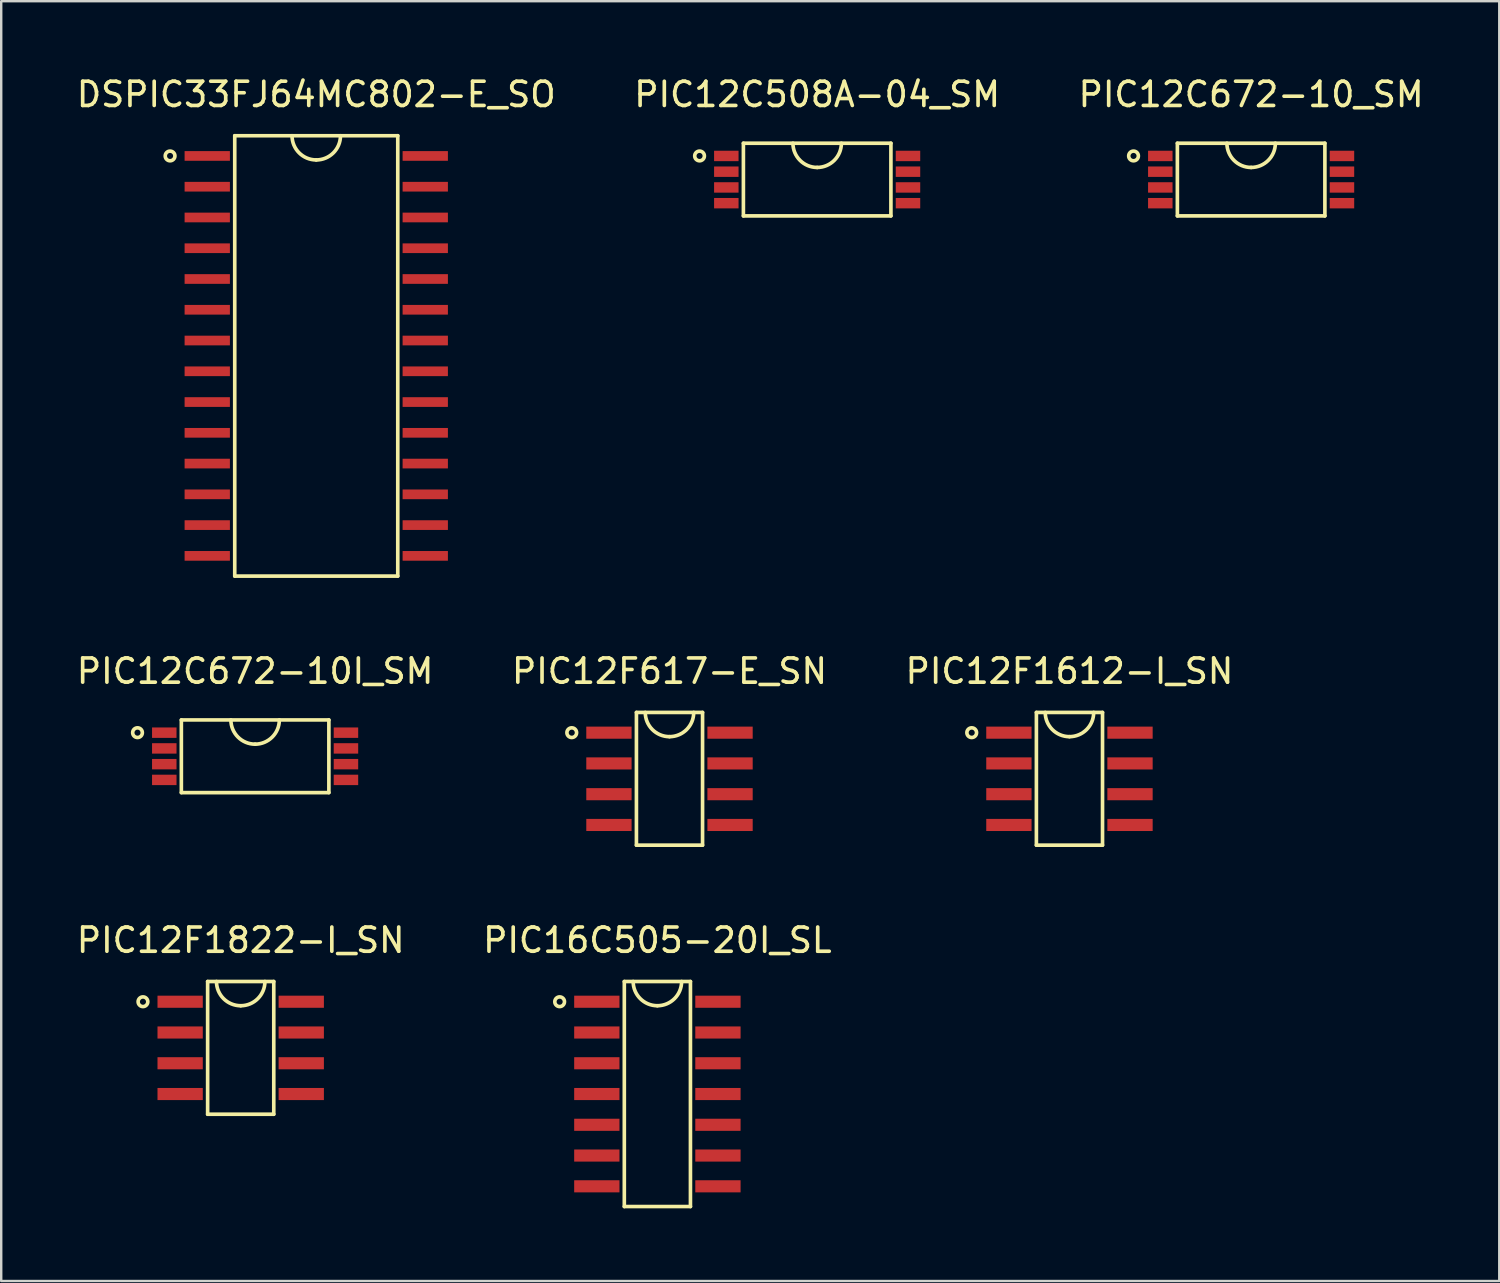
<source format=kicad_pcb>
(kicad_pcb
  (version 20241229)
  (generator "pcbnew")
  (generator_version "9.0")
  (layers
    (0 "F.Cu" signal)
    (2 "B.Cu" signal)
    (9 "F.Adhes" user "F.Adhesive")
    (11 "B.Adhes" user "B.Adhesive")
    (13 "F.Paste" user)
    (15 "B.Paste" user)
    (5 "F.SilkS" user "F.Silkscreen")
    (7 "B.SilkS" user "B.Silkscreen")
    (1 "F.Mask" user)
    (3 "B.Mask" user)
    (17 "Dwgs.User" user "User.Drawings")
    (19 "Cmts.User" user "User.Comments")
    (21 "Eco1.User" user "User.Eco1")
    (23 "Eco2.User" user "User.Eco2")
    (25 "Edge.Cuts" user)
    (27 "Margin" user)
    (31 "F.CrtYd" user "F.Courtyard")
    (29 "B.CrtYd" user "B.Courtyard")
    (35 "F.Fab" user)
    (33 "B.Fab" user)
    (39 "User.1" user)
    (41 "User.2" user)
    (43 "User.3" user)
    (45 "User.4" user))
  (footprint "PIC12F617-E_SN"
    (layer "F.Cu")
    (at 22.089 27.197)
    (property "Reference" "PIC12F617-E_SN" (at 2.5 -2.54 0) (layer "F.SilkS") (effects (font (size 1 1) (thickness 0.15))))
    (attr through_hole)
    (fp_line (start 1.135 -0.835) (end 3.865 -0.835) (stroke (width 0.15) (type solid)) (layer "F.SilkS"))
    (fp_line (start 1.135 4.645) (end 1.135 -0.835) (stroke (width 0.15) (type solid)) (layer "F.SilkS"))
    (fp_line (start 3.865 -0.835) (end 3.865 4.645) (stroke (width 0.15) (type solid)) (layer "F.SilkS"))
    (fp_line (start 3.865 4.645) (end 1.135 4.645) (stroke (width 0.15) (type solid)) (layer "F.SilkS"))
    (fp_arc (start 2.5 0.165) (mid 1.792893 -0.127893) (end 1.5 -0.835) (stroke (width 0.15) (type solid)) (layer "F.SilkS"))
    (fp_arc (start 3.5 -0.835) (mid 3.207107 -0.127893) (end 2.5 0.165) (stroke (width 0.15) (type solid)) (layer "F.SilkS"))
    (fp_circle (center -1.535 0) (end -1.535 0.2) (stroke (width 0.15) (type solid)) (fill no) (layer "F.SilkS"))
    (pad "1" smd rect (at 0 0) (size 1.87 0.5) (layers "F.Cu" "F.Mask" "F.Paste"))
    (pad "2" smd rect (at 0 1.27) (size 1.87 0.5) (layers "F.Cu" "F.Mask" "F.Paste"))
    (pad "3" smd rect (at 0 2.54) (size 1.87 0.5) (layers "F.Cu" "F.Mask" "F.Paste"))
    (pad "4" smd rect (at 0 3.81) (size 1.87 0.5) (layers "F.Cu" "F.Mask" "F.Paste"))
    (pad "5" smd rect (at 5 3.81) (size 1.87 0.5) (layers "F.Cu" "F.Mask" "F.Paste"))
    (pad "6" smd rect (at 5 2.54) (size 1.87 0.5) (layers "F.Cu" "F.Mask" "F.Paste"))
    (pad "7" smd rect (at 5 1.27) (size 1.87 0.5) (layers "F.Cu" "F.Mask" "F.Paste"))
    (pad "8" smd rect (at 5 0) (size 1.87 0.5) (layers "F.Cu" "F.Mask" "F.Paste")))
  (footprint "PIC16C505-20I_SL"
    (layer "F.Cu")
    (at 21.589 38.305)
    (property "Reference" "PIC16C505-20I_SL" (at 2.5 -2.54 0) (layer "F.SilkS") (effects (font (size 1 1) (thickness 0.15))))
    (attr through_hole)
    (fp_line (start 1.135 -0.835) (end 3.865 -0.835) (stroke (width 0.15) (type solid)) (layer "F.SilkS"))
    (fp_line (start 1.135 8.455) (end 1.135 -0.835) (stroke (width 0.15) (type solid)) (layer "F.SilkS"))
    (fp_line (start 3.865 -0.835) (end 3.865 8.455) (stroke (width 0.15) (type solid)) (layer "F.SilkS"))
    (fp_line (start 3.865 8.455) (end 1.135 8.455) (stroke (width 0.15) (type solid)) (layer "F.SilkS"))
    (fp_arc (start 2.5 0.165) (mid 1.792893 -0.127893) (end 1.5 -0.835) (stroke (width 0.15) (type solid)) (layer "F.SilkS"))
    (fp_arc (start 3.5 -0.835) (mid 3.207107 -0.127893) (end 2.5 0.165) (stroke (width 0.15) (type solid)) (layer "F.SilkS"))
    (fp_circle (center -1.535 0) (end -1.535 0.2) (stroke (width 0.15) (type solid)) (fill no) (layer "F.SilkS"))
    (pad "1" smd rect (at 0 0) (size 1.87 0.5) (layers "F.Cu" "F.Mask" "F.Paste"))
    (pad "2" smd rect (at 0 1.27) (size 1.87 0.5) (layers "F.Cu" "F.Mask" "F.Paste"))
    (pad "3" smd rect (at 0 2.54) (size 1.87 0.5) (layers "F.Cu" "F.Mask" "F.Paste"))
    (pad "4" smd rect (at 0 3.81) (size 1.87 0.5) (layers "F.Cu" "F.Mask" "F.Paste"))
    (pad "5" smd rect (at 0 5.08) (size 1.87 0.5) (layers "F.Cu" "F.Mask" "F.Paste"))
    (pad "6" smd rect (at 0 6.35) (size 1.87 0.5) (layers "F.Cu" "F.Mask" "F.Paste"))
    (pad "7" smd rect (at 0 7.62) (size 1.87 0.5) (layers "F.Cu" "F.Mask" "F.Paste"))
    (pad "8" smd rect (at 5 7.62) (size 1.87 0.5) (layers "F.Cu" "F.Mask" "F.Paste"))
    (pad "9" smd rect (at 5 6.35) (size 1.87 0.5) (layers "F.Cu" "F.Mask" "F.Paste"))
    (pad "10" smd rect (at 5 5.08) (size 1.87 0.5) (layers "F.Cu" "F.Mask" "F.Paste"))
    (pad "11" smd rect (at 5 3.81) (size 1.87 0.5) (layers "F.Cu" "F.Mask" "F.Paste"))
    (pad "12" smd rect (at 5 2.54) (size 1.87 0.5) (layers "F.Cu" "F.Mask" "F.Paste"))
    (pad "13" smd rect (at 5 1.27) (size 1.87 0.5) (layers "F.Cu" "F.Mask" "F.Paste"))
    (pad "14" smd rect (at 5 0) (size 1.87 0.5) (layers "F.Cu" "F.Mask" "F.Paste")))
  (footprint "PIC12C672-10I_SM"
    (layer "F.Cu")
    (at 3.732 27.197)
    (property "Reference" "PIC12C672-10I_SM" (at 3.75 -2.54 0) (layer "F.SilkS") (effects (font (size 1 1) (thickness 0.15))))
    (attr through_hole)
    (fp_line (start 0.705 -0.525) (end 6.795 -0.525) (stroke (width 0.15) (type solid)) (layer "F.SilkS"))
    (fp_line (start 0.705 2.475) (end 0.705 -0.525) (stroke (width 0.15) (type solid)) (layer "F.SilkS"))
    (fp_line (start 6.795 -0.525) (end 6.795 2.475) (stroke (width 0.15) (type solid)) (layer "F.SilkS"))
    (fp_line (start 6.795 2.475) (end 0.705 2.475) (stroke (width 0.15) (type solid)) (layer "F.SilkS"))
    (fp_arc (start 3.75 0.475) (mid 3.042893 0.182107) (end 2.75 -0.525) (stroke (width 0.15) (type solid)) (layer "F.SilkS"))
    (fp_arc (start 4.75 -0.525) (mid 4.457107 0.182107) (end 3.75 0.475) (stroke (width 0.15) (type solid)) (layer "F.SilkS"))
    (fp_circle (center -1.105 0) (end -1.105 0.2) (stroke (width 0.15) (type solid)) (fill no) (layer "F.SilkS"))
    (pad "1" smd rect (at 0 0) (size 1.01 0.43) (layers "F.Cu" "F.Mask" "F.Paste"))
    (pad "2" smd rect (at 0 0.65) (size 1.01 0.43) (layers "F.Cu" "F.Mask" "F.Paste"))
    (pad "3" smd rect (at 0 1.3) (size 1.01 0.43) (layers "F.Cu" "F.Mask" "F.Paste"))
    (pad "4" smd rect (at 0 1.95) (size 1.01 0.43) (layers "F.Cu" "F.Mask" "F.Paste"))
    (pad "5" smd rect (at 7.5 1.95) (size 1.01 0.43) (layers "F.Cu" "F.Mask" "F.Paste"))
    (pad "6" smd rect (at 7.5 1.3) (size 1.01 0.43) (layers "F.Cu" "F.Mask" "F.Paste"))
    (pad "7" smd rect (at 7.5 0.65) (size 1.01 0.43) (layers "F.Cu" "F.Mask" "F.Paste"))
    (pad "8" smd rect (at 7.5 0) (size 1.01 0.43) (layers "F.Cu" "F.Mask" "F.Paste")))
  (footprint "PIC12F1822-I_SN"
    (layer "F.Cu")
    (at 4.387 38.305)
    (property "Reference" "PIC12F1822-I_SN" (at 2.5 -2.54 0) (layer "F.SilkS") (effects (font (size 1 1) (thickness 0.15))))
    (attr through_hole)
    (fp_line (start 1.135 -0.835) (end 3.865 -0.835) (stroke (width 0.15) (type solid)) (layer "F.SilkS"))
    (fp_line (start 1.135 4.645) (end 1.135 -0.835) (stroke (width 0.15) (type solid)) (layer "F.SilkS"))
    (fp_line (start 3.865 -0.835) (end 3.865 4.645) (stroke (width 0.15) (type solid)) (layer "F.SilkS"))
    (fp_line (start 3.865 4.645) (end 1.135 4.645) (stroke (width 0.15) (type solid)) (layer "F.SilkS"))
    (fp_arc (start 2.5 0.165) (mid 1.792893 -0.127893) (end 1.5 -0.835) (stroke (width 0.15) (type solid)) (layer "F.SilkS"))
    (fp_arc (start 3.5 -0.835) (mid 3.207107 -0.127893) (end 2.5 0.165) (stroke (width 0.15) (type solid)) (layer "F.SilkS"))
    (fp_circle (center -1.535 0) (end -1.535 0.2) (stroke (width 0.15) (type solid)) (fill no) (layer "F.SilkS"))
    (pad "1" smd rect (at 0 0) (size 1.87 0.5) (layers "F.Cu" "F.Mask" "F.Paste"))
    (pad "2" smd rect (at 0 1.27) (size 1.87 0.5) (layers "F.Cu" "F.Mask" "F.Paste"))
    (pad "3" smd rect (at 0 2.54) (size 1.87 0.5) (layers "F.Cu" "F.Mask" "F.Paste"))
    (pad "4" smd rect (at 0 3.81) (size 1.87 0.5) (layers "F.Cu" "F.Mask" "F.Paste"))
    (pad "5" smd rect (at 5 3.81) (size 1.87 0.5) (layers "F.Cu" "F.Mask" "F.Paste"))
    (pad "6" smd rect (at 5 2.54) (size 1.87 0.5) (layers "F.Cu" "F.Mask" "F.Paste"))
    (pad "7" smd rect (at 5 1.27) (size 1.87 0.5) (layers "F.Cu" "F.Mask" "F.Paste"))
    (pad "8" smd rect (at 5 0) (size 1.87 0.5) (layers "F.Cu" "F.Mask" "F.Paste")))
  (footprint "PIC12F1612-I_SN"
    (layer "F.Cu")
    (at 38.601 27.197)
    (property "Reference" "PIC12F1612-I_SN" (at 2.5 -2.54 0) (layer "F.SilkS") (effects (font (size 1 1) (thickness 0.15))))
    (attr through_hole)
    (fp_line (start 1.135 -0.835) (end 3.865 -0.835) (stroke (width 0.15) (type solid)) (layer "F.SilkS"))
    (fp_line (start 1.135 4.645) (end 1.135 -0.835) (stroke (width 0.15) (type solid)) (layer "F.SilkS"))
    (fp_line (start 3.865 -0.835) (end 3.865 4.645) (stroke (width 0.15) (type solid)) (layer "F.SilkS"))
    (fp_line (start 3.865 4.645) (end 1.135 4.645) (stroke (width 0.15) (type solid)) (layer "F.SilkS"))
    (fp_arc (start 2.5 0.165) (mid 1.792893 -0.127893) (end 1.5 -0.835) (stroke (width 0.15) (type solid)) (layer "F.SilkS"))
    (fp_arc (start 3.5 -0.835) (mid 3.207107 -0.127893) (end 2.5 0.165) (stroke (width 0.15) (type solid)) (layer "F.SilkS"))
    (fp_circle (center -1.535 0) (end -1.535 0.2) (stroke (width 0.15) (type solid)) (fill no) (layer "F.SilkS"))
    (pad "1" smd rect (at 0 0) (size 1.87 0.5) (layers "F.Cu" "F.Mask" "F.Paste"))
    (pad "2" smd rect (at 0 1.27) (size 1.87 0.5) (layers "F.Cu" "F.Mask" "F.Paste"))
    (pad "3" smd rect (at 0 2.54) (size 1.87 0.5) (layers "F.Cu" "F.Mask" "F.Paste"))
    (pad "4" smd rect (at 0 3.81) (size 1.87 0.5) (layers "F.Cu" "F.Mask" "F.Paste"))
    (pad "5" smd rect (at 5 3.81) (size 1.87 0.5) (layers "F.Cu" "F.Mask" "F.Paste"))
    (pad "6" smd rect (at 5 2.54) (size 1.87 0.5) (layers "F.Cu" "F.Mask" "F.Paste"))
    (pad "7" smd rect (at 5 1.27) (size 1.87 0.5) (layers "F.Cu" "F.Mask" "F.Paste"))
    (pad "8" smd rect (at 5 0) (size 1.87 0.5) (layers "F.Cu" "F.Mask" "F.Paste")))
  (footprint "PIC12C508A-04_SM"
    (layer "F.Cu")
    (at 26.935 3.388)
    (property "Reference" "PIC12C508A-04_SM" (at 3.75 -2.54 0) (layer "F.SilkS") (effects (font (size 1 1) (thickness 0.15))))
    (attr through_hole)
    (fp_line (start 0.705 -0.525) (end 6.795 -0.525) (stroke (width 0.15) (type solid)) (layer "F.SilkS"))
    (fp_line (start 0.705 2.475) (end 0.705 -0.525) (stroke (width 0.15) (type solid)) (layer "F.SilkS"))
    (fp_line (start 6.795 -0.525) (end 6.795 2.475) (stroke (width 0.15) (type solid)) (layer "F.SilkS"))
    (fp_line (start 6.795 2.475) (end 0.705 2.475) (stroke (width 0.15) (type solid)) (layer "F.SilkS"))
    (fp_arc (start 3.75 0.475) (mid 3.042893 0.182107) (end 2.75 -0.525) (stroke (width 0.15) (type solid)) (layer "F.SilkS"))
    (fp_arc (start 4.75 -0.525) (mid 4.457107 0.182107) (end 3.75 0.475) (stroke (width 0.15) (type solid)) (layer "F.SilkS"))
    (fp_circle (center -1.105 0) (end -1.105 0.2) (stroke (width 0.15) (type solid)) (fill no) (layer "F.SilkS"))
    (pad "1" smd rect (at 0 0) (size 1.01 0.43) (layers "F.Cu" "F.Mask" "F.Paste"))
    (pad "2" smd rect (at 0 0.65) (size 1.01 0.43) (layers "F.Cu" "F.Mask" "F.Paste"))
    (pad "3" smd rect (at 0 1.3) (size 1.01 0.43) (layers "F.Cu" "F.Mask" "F.Paste"))
    (pad "4" smd rect (at 0 1.95) (size 1.01 0.43) (layers "F.Cu" "F.Mask" "F.Paste"))
    (pad "5" smd rect (at 7.5 1.95) (size 1.01 0.43) (layers "F.Cu" "F.Mask" "F.Paste"))
    (pad "6" smd rect (at 7.5 1.3) (size 1.01 0.43) (layers "F.Cu" "F.Mask" "F.Paste"))
    (pad "7" smd rect (at 7.5 0.65) (size 1.01 0.43) (layers "F.Cu" "F.Mask" "F.Paste"))
    (pad "8" smd rect (at 7.5 0) (size 1.01 0.43) (layers "F.Cu" "F.Mask" "F.Paste")))
  (footprint "PIC12C672-10_SM"
    (layer "F.Cu")
    (at 44.851 3.388)
    (property "Reference" "PIC12C672-10_SM" (at 3.75 -2.54 0) (layer "F.SilkS") (effects (font (size 1 1) (thickness 0.15))))
    (attr through_hole)
    (fp_line (start 0.705 -0.525) (end 6.795 -0.525) (stroke (width 0.15) (type solid)) (layer "F.SilkS"))
    (fp_line (start 0.705 2.475) (end 0.705 -0.525) (stroke (width 0.15) (type solid)) (layer "F.SilkS"))
    (fp_line (start 6.795 -0.525) (end 6.795 2.475) (stroke (width 0.15) (type solid)) (layer "F.SilkS"))
    (fp_line (start 6.795 2.475) (end 0.705 2.475) (stroke (width 0.15) (type solid)) (layer "F.SilkS"))
    (fp_arc (start 3.75 0.475) (mid 3.042893 0.182107) (end 2.75 -0.525) (stroke (width 0.15) (type solid)) (layer "F.SilkS"))
    (fp_arc (start 4.75 -0.525) (mid 4.457107 0.182107) (end 3.75 0.475) (stroke (width 0.15) (type solid)) (layer "F.SilkS"))
    (fp_circle (center -1.105 0) (end -1.105 0.2) (stroke (width 0.15) (type solid)) (fill no) (layer "F.SilkS"))
    (pad "1" smd rect (at 0 0) (size 1.01 0.43) (layers "F.Cu" "F.Mask" "F.Paste"))
    (pad "2" smd rect (at 0 0.65) (size 1.01 0.43) (layers "F.Cu" "F.Mask" "F.Paste"))
    (pad "3" smd rect (at 0 1.3) (size 1.01 0.43) (layers "F.Cu" "F.Mask" "F.Paste"))
    (pad "4" smd rect (at 0 1.95) (size 1.01 0.43) (layers "F.Cu" "F.Mask" "F.Paste"))
    (pad "5" smd rect (at 7.5 1.95) (size 1.01 0.43) (layers "F.Cu" "F.Mask" "F.Paste"))
    (pad "6" smd rect (at 7.5 1.3) (size 1.01 0.43) (layers "F.Cu" "F.Mask" "F.Paste"))
    (pad "7" smd rect (at 7.5 0.65) (size 1.01 0.43) (layers "F.Cu" "F.Mask" "F.Paste"))
    (pad "8" smd rect (at 7.5 0) (size 1.01 0.43) (layers "F.Cu" "F.Mask" "F.Paste")))
  (footprint "DSPIC33FJ64MC802-E_SO"
    (layer "F.Cu")
    (at 5.506 3.388)
    (property "Reference" "DSPIC33FJ64MC802-E_SO" (at 4.5 -2.54 0) (layer "F.SilkS") (effects (font (size 1 1) (thickness 0.15))))
    (attr through_hole)
    (fp_line (start 1.135 -0.835) (end 7.865 -0.835) (stroke (width 0.15) (type solid)) (layer "F.SilkS"))
    (fp_line (start 1.135 17.345) (end 1.135 -0.835) (stroke (width 0.15) (type solid)) (layer "F.SilkS"))
    (fp_line (start 7.865 -0.835) (end 7.865 17.345) (stroke (width 0.15) (type solid)) (layer "F.SilkS"))
    (fp_line (start 7.865 17.345) (end 1.135 17.345) (stroke (width 0.15) (type solid)) (layer "F.SilkS"))
    (fp_arc (start 4.5 0.165) (mid 3.792893 -0.127893) (end 3.5 -0.835) (stroke (width 0.15) (type solid)) (layer "F.SilkS"))
    (fp_arc (start 5.5 -0.835) (mid 5.207107 -0.127893) (end 4.5 0.165) (stroke (width 0.15) (type solid)) (layer "F.SilkS"))
    (fp_circle (center -1.535 0) (end -1.535 0.2) (stroke (width 0.15) (type solid)) (fill no) (layer "F.SilkS"))
    (pad "1" smd rect (at 0 0) (size 1.87 0.4) (layers "F.Cu" "F.Mask" "F.Paste"))
    (pad "2" smd rect (at 0 1.27) (size 1.87 0.4) (layers "F.Cu" "F.Mask" "F.Paste"))
    (pad "3" smd rect (at 0 2.54) (size 1.87 0.4) (layers "F.Cu" "F.Mask" "F.Paste"))
    (pad "4" smd rect (at 0 3.81) (size 1.87 0.4) (layers "F.Cu" "F.Mask" "F.Paste"))
    (pad "5" smd rect (at 0 5.08) (size 1.87 0.4) (layers "F.Cu" "F.Mask" "F.Paste"))
    (pad "6" smd rect (at 0 6.35) (size 1.87 0.4) (layers "F.Cu" "F.Mask" "F.Paste"))
    (pad "7" smd rect (at 0 7.62) (size 1.87 0.4) (layers "F.Cu" "F.Mask" "F.Paste"))
    (pad "8" smd rect (at 0 8.89) (size 1.87 0.4) (layers "F.Cu" "F.Mask" "F.Paste"))
    (pad "9" smd rect (at 0 10.16) (size 1.87 0.4) (layers "F.Cu" "F.Mask" "F.Paste"))
    (pad "10" smd rect (at 0 11.43) (size 1.87 0.4) (layers "F.Cu" "F.Mask" "F.Paste"))
    (pad "11" smd rect (at 0 12.7) (size 1.87 0.4) (layers "F.Cu" "F.Mask" "F.Paste"))
    (pad "12" smd rect (at 0 13.97) (size 1.87 0.4) (layers "F.Cu" "F.Mask" "F.Paste"))
    (pad "13" smd rect (at 0 15.24) (size 1.87 0.4) (layers "F.Cu" "F.Mask" "F.Paste"))
    (pad "14" smd rect (at 0 16.51) (size 1.87 0.4) (layers "F.Cu" "F.Mask" "F.Paste"))
    (pad "15" smd rect (at 9 16.51) (size 1.87 0.4) (layers "F.Cu" "F.Mask" "F.Paste"))
    (pad "16" smd rect (at 9 15.24) (size 1.87 0.4) (layers "F.Cu" "F.Mask" "F.Paste"))
    (pad "17" smd rect (at 9 13.97) (size 1.87 0.4) (layers "F.Cu" "F.Mask" "F.Paste"))
    (pad "18" smd rect (at 9 12.7) (size 1.87 0.4) (layers "F.Cu" "F.Mask" "F.Paste"))
    (pad "19" smd rect (at 9 11.43) (size 1.87 0.4) (layers "F.Cu" "F.Mask" "F.Paste"))
    (pad "20" smd rect (at 9 10.16) (size 1.87 0.4) (layers "F.Cu" "F.Mask" "F.Paste"))
    (pad "21" smd rect (at 9 8.89) (size 1.87 0.4) (layers "F.Cu" "F.Mask" "F.Paste"))
    (pad "22" smd rect (at 9 7.62) (size 1.87 0.4) (layers "F.Cu" "F.Mask" "F.Paste"))
    (pad "23" smd rect (at 9 6.35) (size 1.87 0.4) (layers "F.Cu" "F.Mask" "F.Paste"))
    (pad "24" smd rect (at 9 5.08) (size 1.87 0.4) (layers "F.Cu" "F.Mask" "F.Paste"))
    (pad "25" smd rect (at 9 3.81) (size 1.87 0.4) (layers "F.Cu" "F.Mask" "F.Paste"))
    (pad "26" smd rect (at 9 2.54) (size 1.87 0.4) (layers "F.Cu" "F.Mask" "F.Paste"))
    (pad "27" smd rect (at 9 1.27) (size 1.87 0.4) (layers "F.Cu" "F.Mask" "F.Paste"))
    (pad "28" smd rect (at 9 0) (size 1.87 0.4) (layers "F.Cu" "F.Mask" "F.Paste")))
  (gr_rect
    (start -3 -3)
    (end 58.845 49.835)
    (stroke (width 0.1) (type default))
    (fill no)
    (layer "Edge.Cuts")))
</source>
